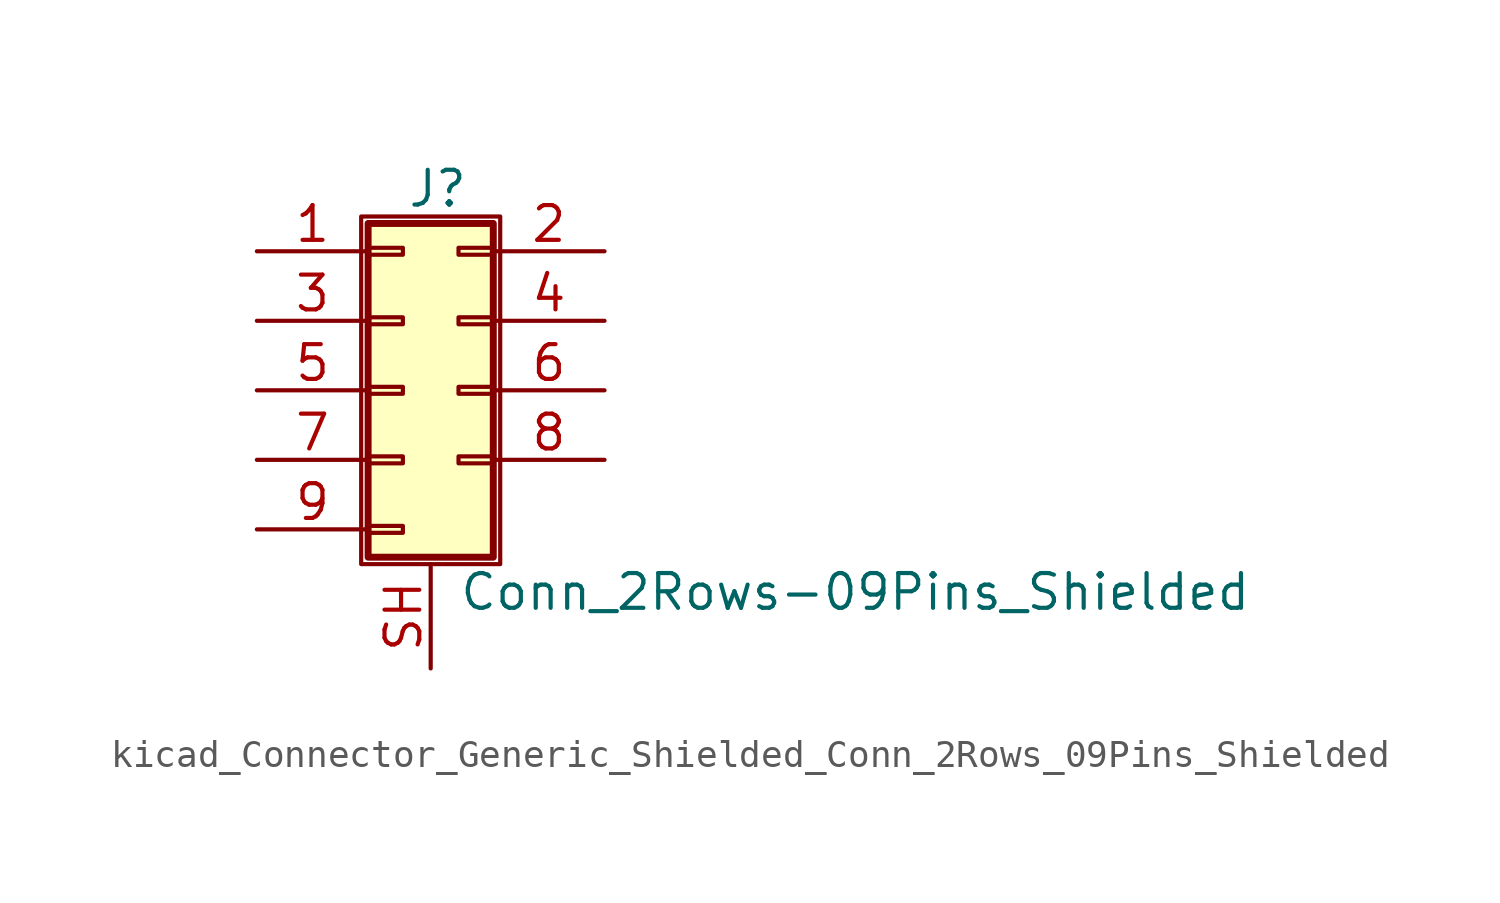
<source format=kicad_sym>
(kicad_symbol_lib
  (version 20220914)
  (generator kicad_symbol_editor)
  (symbol "kicad_Connector_Generic_Shielded_Conn_2Rows_09Pins_Shielded"
    (pin_names
      (offset 1.016) hide)
    (property "Reference" "J"
      (at 1.524 7.366 0)
      (effects (font (size 1.27 1.27))))
    (property "Value" "Conn_2Rows-09Pins_Shielded"
      (at 2.286 -7.366 0)
      (effects (font (size 1.27 1.27)) (justify left)))
    (symbol "kicad_Connector_Generic_Shielded_Conn_2Rows_09Pins_Shielded_1_1"
      (rectangle (start -1.27 6.35) (end 3.81 -6.35) (stroke (width 0.152) (type default)) (fill (type none)))
      (rectangle (start -1.016 -4.953) (end 0.254 -5.207) (stroke (width 0.152) (type default)) (fill (type none)))
      (rectangle (start -1.016 -2.413) (end 0.254 -2.667) (stroke (width 0.152) (type default)) (fill (type none)))
      (rectangle (start -1.016 0.127) (end 0.254 -0.127) (stroke (width 0.152) (type default)) (fill (type none)))
      (rectangle (start -1.016 2.667) (end 0.254 2.413) (stroke (width 0.152) (type default)) (fill (type none)))
      (rectangle (start -1.016 5.207) (end 0.254 4.953) (stroke (width 0.152) (type default)) (fill (type none)))
      (rectangle (start -1.016 6.096) (end 3.556 -6.096) (stroke (width 0.254) (type default)) (fill (type background)))
      (rectangle (start 3.556 -2.413) (end 2.286 -2.667) (stroke (width 0.152) (type default)) (fill (type none)))
      (rectangle (start 3.556 0.127) (end 2.286 -0.127) (stroke (width 0.152) (type default)) (fill (type none)))
      (rectangle (start 3.556 2.667) (end 2.286 2.413) (stroke (width 0.152) (type default)) (fill (type none)))
      (rectangle (start 3.556 5.207) (end 2.286 4.953) (stroke (width 0.152) (type default)) (fill (type none)))
      (pin passive line (at -5.08 5.08 0) (length 4.064) (name "Pin_1" (effects (font (size 1.27 1.27)))) (number "1" (effects (font (size 1.27 1.27)))))
      (pin passive line (at 7.62 5.08 180) (length 4.064) (name "Pin_2" (effects (font (size 1.27 1.27)))) (number "2" (effects (font (size 1.27 1.27)))))
      (pin passive line (at -5.08 2.54 0) (length 4.064) (name "Pin_3" (effects (font (size 1.27 1.27)))) (number "3" (effects (font (size 1.27 1.27)))))
      (pin passive line (at 7.62 2.54 180) (length 4.064) (name "Pin_4" (effects (font (size 1.27 1.27)))) (number "4" (effects (font (size 1.27 1.27)))))
      (pin passive line (at -5.08 0 0) (length 4.064) (name "Pin_5" (effects (font (size 1.27 1.27)))) (number "5" (effects (font (size 1.27 1.27)))))
      (pin passive line (at 7.62 0 180) (length 4.064) (name "Pin_6" (effects (font (size 1.27 1.27)))) (number "6" (effects (font (size 1.27 1.27)))))
      (pin passive line (at -5.08 -2.54 0) (length 4.064) (name "Pin_7" (effects (font (size 1.27 1.27)))) (number "7" (effects (font (size 1.27 1.27)))))
      (pin passive line (at 7.62 -2.54 180) (length 4.064) (name "Pin_8" (effects (font (size 1.27 1.27)))) (number "8" (effects (font (size 1.27 1.27)))))
      (pin passive line (at -5.08 -5.08 0) (length 4.064) (name "Pin_9" (effects (font (size 1.27 1.27)))) (number "9" (effects (font (size 1.27 1.27)))))
      (pin passive line (at 1.27 -10.16 90) (length 3.81) (name "Shield" (effects (font (size 1.27 1.27)))) (number "SH" (effects (font (size 1.27 1.27))))))))
</source>
